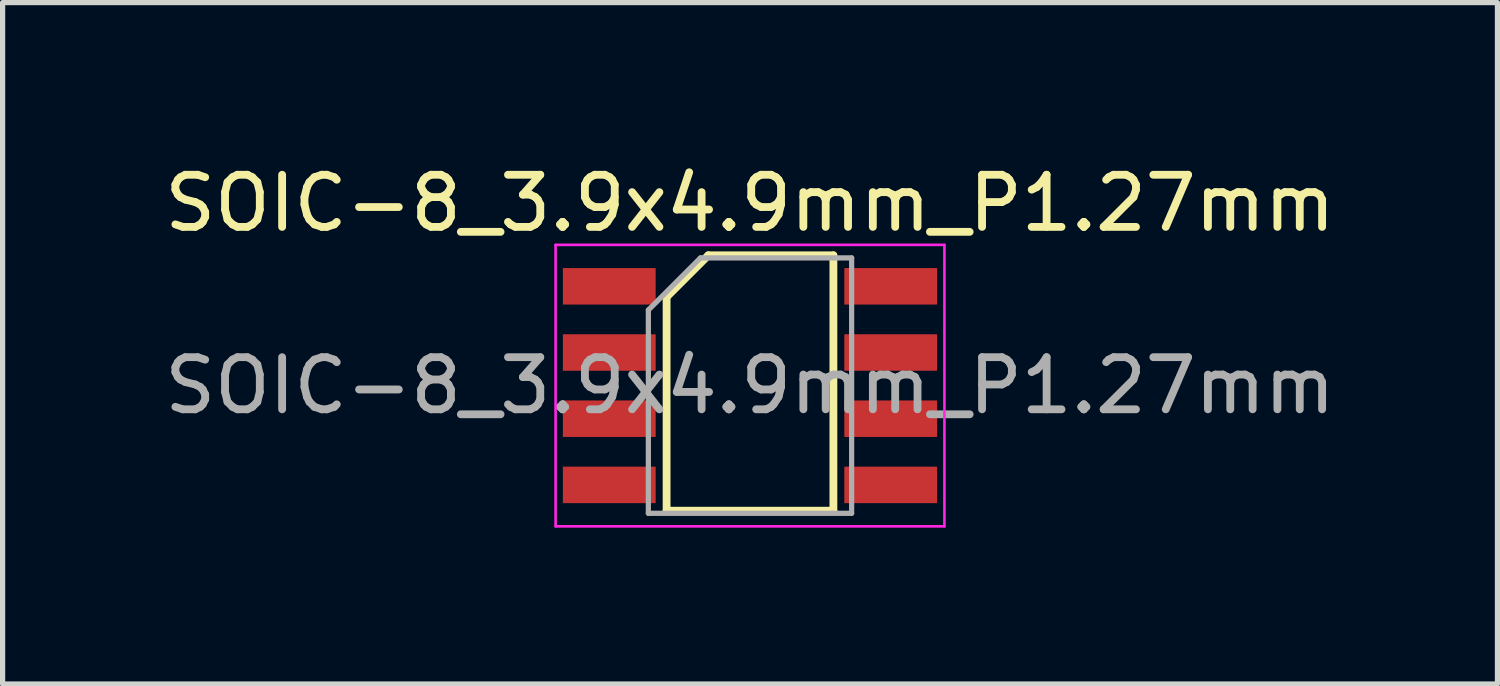
<source format=kicad_pcb>
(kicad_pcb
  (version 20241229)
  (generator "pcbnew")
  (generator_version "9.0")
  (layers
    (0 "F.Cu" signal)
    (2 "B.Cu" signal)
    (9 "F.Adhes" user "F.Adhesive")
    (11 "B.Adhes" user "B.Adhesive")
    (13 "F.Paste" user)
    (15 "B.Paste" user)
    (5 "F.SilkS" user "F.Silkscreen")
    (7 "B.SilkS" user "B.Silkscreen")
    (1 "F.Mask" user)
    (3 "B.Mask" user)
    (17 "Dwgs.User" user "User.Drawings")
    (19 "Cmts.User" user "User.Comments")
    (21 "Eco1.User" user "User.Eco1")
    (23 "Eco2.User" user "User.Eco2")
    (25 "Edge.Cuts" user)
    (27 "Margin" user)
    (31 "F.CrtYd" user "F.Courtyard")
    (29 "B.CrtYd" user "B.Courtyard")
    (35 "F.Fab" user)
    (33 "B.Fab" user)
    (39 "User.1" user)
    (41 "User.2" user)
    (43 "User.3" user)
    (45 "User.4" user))
  (footprint "SOIC-8_3.9x4.9mm_P1.27mm"
    (layer "F.Cu")
    (at 11.339 4.348)
    (property "Reference" "SOIC-8_3.9x4.9mm_P1.27mm" (at 0 -3.5 0) (layer "F.SilkS") (effects (font (size 1 1) (thickness 0.15))))
    (attr smd)
    (fp_line (start -1.6 2.4) (end -1.6 -1.7) (stroke (width 0.15) (type solid)) (layer "F.SilkS"))
    (fp_line (start -1.6 2.4) (end 1.6 2.4) (stroke (width 0.15) (type solid)) (layer "F.SilkS"))
    (fp_line (start -0.8 -2.5) (end -1.6 -1.7) (stroke (width 0.15) (type solid)) (layer "F.SilkS"))
    (fp_line (start -0.8 -2.5) (end 1.6 -2.5) (stroke (width 0.15) (type solid)) (layer "F.SilkS"))
    (fp_line (start 1.6 -2.5) (end 1.6 2.4) (stroke (width 0.15) (type solid)) (layer "F.SilkS"))
    (fp_line (start -3.73 -2.7) (end -3.73 2.7) (stroke (width 0.05) (type solid)) (layer "F.CrtYd"))
    (fp_line (start -3.73 -2.7) (end 3.73 -2.7) (stroke (width 0.05) (type solid)) (layer "F.CrtYd"))
    (fp_line (start -3.73 2.7) (end 3.73 2.7) (stroke (width 0.05) (type solid)) (layer "F.CrtYd"))
    (fp_line (start 3.73 -2.7) (end 3.73 2.7) (stroke (width 0.05) (type solid)) (layer "F.CrtYd"))
    (fp_line (start -1.95 -1.45) (end -0.95 -2.45) (stroke (width 0.1) (type solid)) (layer "F.Fab"))
    (fp_line (start -1.95 2.45) (end -1.95 -1.45) (stroke (width 0.1) (type solid)) (layer "F.Fab"))
    (fp_line (start -0.95 -2.45) (end 1.95 -2.45) (stroke (width 0.1) (type solid)) (layer "F.Fab"))
    (fp_line (start 1.95 -2.45) (end 1.95 2.45) (stroke (width 0.1) (type solid)) (layer "F.Fab"))
    (fp_line (start 1.95 2.45) (end -1.95 2.45) (stroke (width 0.1) (type solid)) (layer "F.Fab"))
    (fp_text user "${REFERENCE}" (at 0 0 0) (layer "F.Fab") (effects (font (size 1 1) (thickness 0.15))))
    (pad "1" smd rect (at -2.7 -1.905) (size 1.78 0.7) (layers "F.Cu" "F.Mask" "F.Paste"))
    (pad "2" smd rect (at -2.7 -0.635) (size 1.78 0.7) (layers "F.Cu" "F.Mask" "F.Paste"))
    (pad "3" smd rect (at -2.7 0.635) (size 1.78 0.7) (layers "F.Cu" "F.Mask" "F.Paste"))
    (pad "4" smd rect (at -2.7 1.905) (size 1.78 0.7) (layers "F.Cu" "F.Mask" "F.Paste"))
    (pad "5" smd rect (at 2.7 1.905) (size 1.78 0.7) (layers "F.Cu" "F.Mask" "F.Paste"))
    (pad "6" smd rect (at 2.7 0.635) (size 1.78 0.7) (layers "F.Cu" "F.Mask" "F.Paste"))
    (pad "7" smd rect (at 2.7 -0.635) (size 1.78 0.7) (layers "F.Cu" "F.Mask" "F.Paste"))
    (pad "8" smd rect (at 2.7 -1.905) (size 1.78 0.7) (layers "F.Cu" "F.Mask" "F.Paste")))
  (gr_rect
    (start -3 -3)
    (end 25.679 10.073)
    (stroke (width 0.1) (type default))
    (fill no)
    (layer "Edge.Cuts")))
</source>
